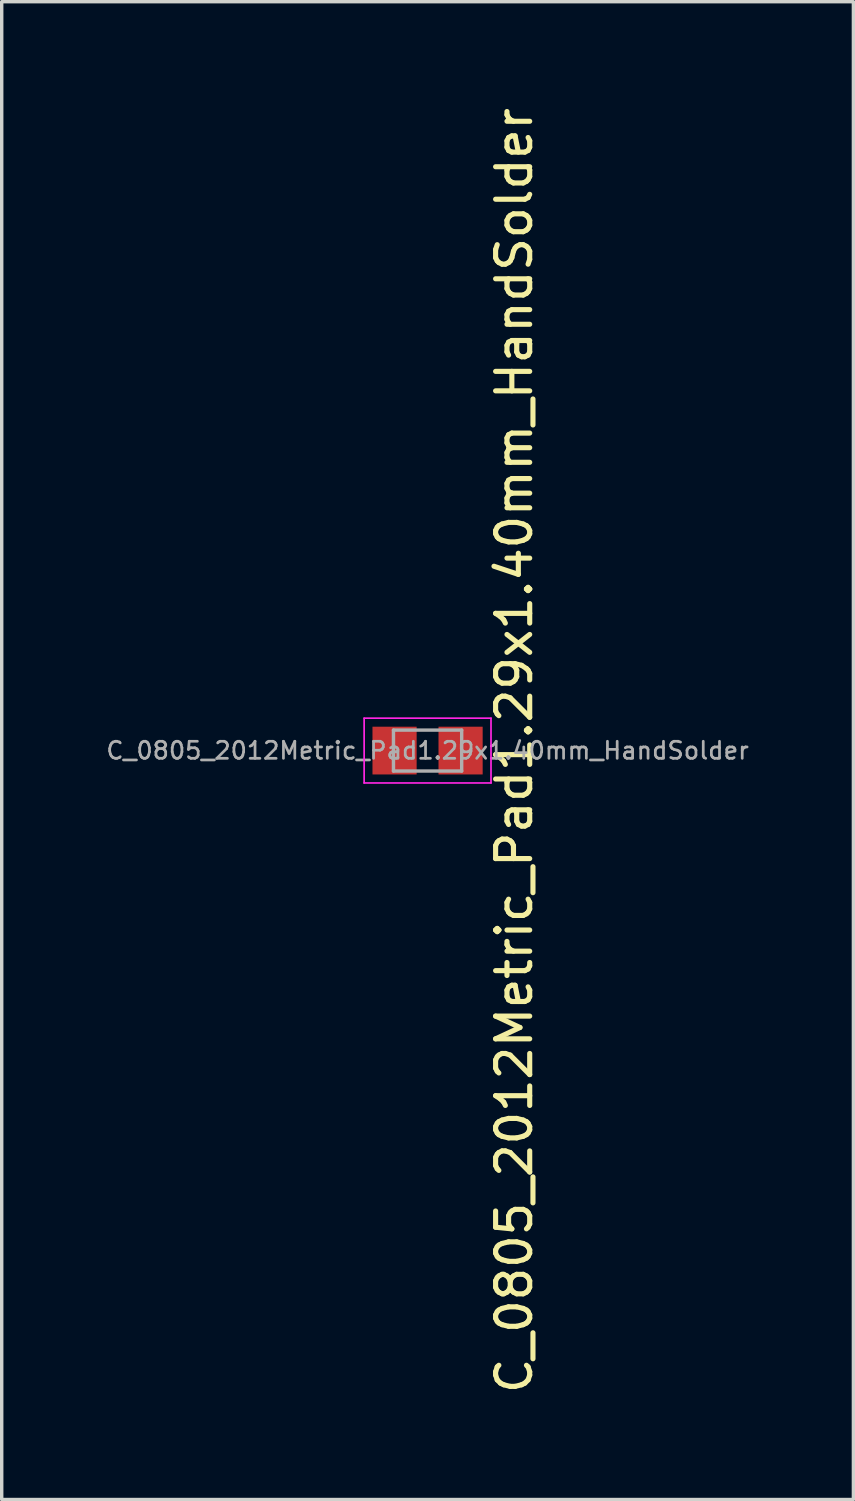
<source format=kicad_pcb>
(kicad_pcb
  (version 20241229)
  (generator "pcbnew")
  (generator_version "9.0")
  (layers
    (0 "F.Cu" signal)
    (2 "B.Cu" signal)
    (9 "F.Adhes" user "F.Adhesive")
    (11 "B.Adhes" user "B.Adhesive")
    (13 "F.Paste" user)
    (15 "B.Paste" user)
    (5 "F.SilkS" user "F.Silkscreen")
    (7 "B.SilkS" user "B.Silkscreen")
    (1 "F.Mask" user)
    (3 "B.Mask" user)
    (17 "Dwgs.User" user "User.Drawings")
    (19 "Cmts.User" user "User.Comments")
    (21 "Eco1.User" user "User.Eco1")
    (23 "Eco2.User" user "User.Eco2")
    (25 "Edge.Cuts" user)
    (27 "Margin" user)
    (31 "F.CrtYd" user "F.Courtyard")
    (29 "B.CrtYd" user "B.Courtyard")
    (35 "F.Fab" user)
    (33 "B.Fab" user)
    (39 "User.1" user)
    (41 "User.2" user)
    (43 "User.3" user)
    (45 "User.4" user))
  (footprint "C_0805_2012Metric_Pad1.29x1.40mm_HandSolder"
    (layer "F.Cu")
    (at 9.487 18.958)
    (property "Reference" "C_0805_2012Metric_Pad1.29x1.40mm_HandSolder" (at 2.54 0 90) (layer "F.SilkS") (effects (font (size 1 1) (thickness 0.15))))
    (attr smd)
    (fp_line (start -1.86 -0.95) (end 1.86 -0.95) (stroke (width 0.05) (type solid)) (layer "F.CrtYd"))
    (fp_line (start -1.86 0.95) (end -1.86 -0.95) (stroke (width 0.05) (type solid)) (layer "F.CrtYd"))
    (fp_line (start 1.86 -0.95) (end 1.86 0.95) (stroke (width 0.05) (type solid)) (layer "F.CrtYd"))
    (fp_line (start 1.86 0.95) (end -1.86 0.95) (stroke (width 0.05) (type solid)) (layer "F.CrtYd"))
    (fp_line (start -1 -0.6) (end 1 -0.6) (stroke (width 0.1) (type solid)) (layer "F.Fab"))
    (fp_line (start -1 0.6) (end -1 -0.6) (stroke (width 0.1) (type solid)) (layer "F.Fab"))
    (fp_line (start 1 -0.6) (end 1 0.6) (stroke (width 0.1) (type solid)) (layer "F.Fab"))
    (fp_line (start 1 0.6) (end -1 0.6) (stroke (width 0.1) (type solid)) (layer "F.Fab"))
    (fp_text user "${REFERENCE}" (at 0 0 0) (layer "F.Fab") (effects (font (size 0.5 0.5) (thickness 0.08))))
    (pad "1" smd rect (at -0.968 0) (size 1.295 1.4) (layers "F.Cu" "F.Mask" "F.Paste"))
    (pad "2" smd rect (at 0.968 0) (size 1.295 1.4) (layers "F.Cu" "F.Mask" "F.Paste")))
  (gr_rect
    (start -3 -3)
    (end 21.973 40.917)
    (stroke (width 0.1) (type default))
    (fill no)
    (layer "Edge.Cuts")))
</source>
